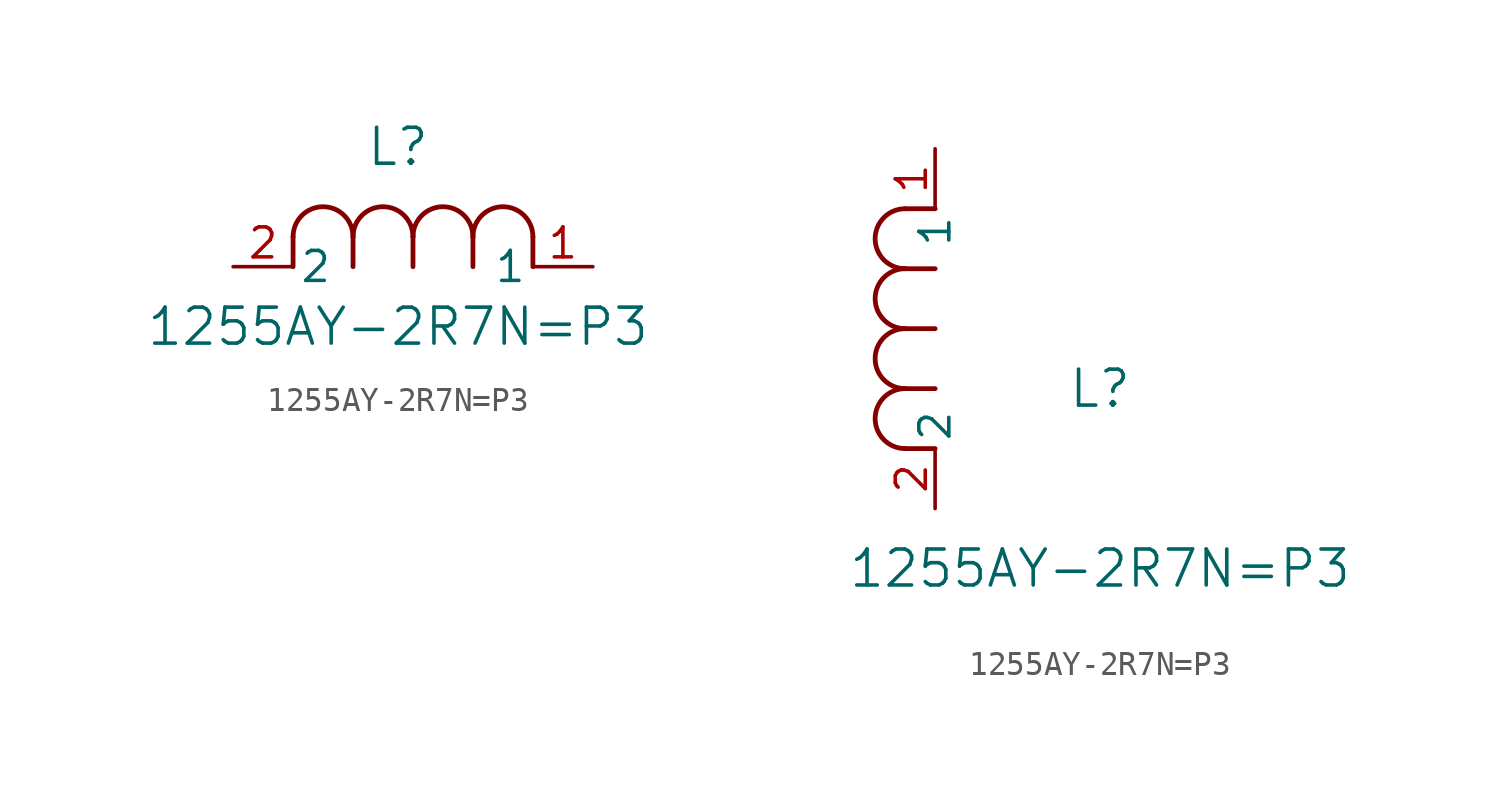
<source format=kicad_sym>
(kicad_symbol_lib
  (version 20211014)
  (generator kicad_symbol_editor)
  (symbol "1255AY-2R7N=P3"
    (pin_names
      (offset 0.254))
    (property "Reference" "L"
      (at 6.985 5.08 0)
      (effects (font (size 1.524 1.524))))
    (property "Value" "1255AY-2R7N=P3"
      (at 6.985 -2.54 0)
      (effects (font (size 1.524 1.524))))
    (symbol "1255AY-2R7N=P3_1_1"
      (arc (start 7.62 1.27) (mid 6.35 2.54) (end 5.08 1.27) (stroke (width 0.2032) (type default) (color 0 0 0 0)) (fill (type none)))
      (polyline (pts (xy 5.08 0) (xy 5.08 1.27)) (stroke (width 0.203) (type default) (color 0 0 0 0)) (fill (type none)))
      (polyline (pts (xy 7.62 0) (xy 7.62 1.27)) (stroke (width 0.203) (type default) (color 0 0 0 0)) (fill (type none)))
      (polyline (pts (xy 12.7 0) (xy 12.7 1.27)) (stroke (width 0.203) (type default) (color 0 0 0 0)) (fill (type none)))
      (arc (start 5.08 1.27) (mid 3.81 2.54) (end 2.54 1.27) (stroke (width 0.2032) (type default) (color 0 0 0 0)) (fill (type none)))
      (arc (start 10.16 1.27) (mid 8.89 2.54) (end 7.62 1.27) (stroke (width 0.2032) (type default) (color 0 0 0 0)) (fill (type none)))
      (arc (start 12.7 1.27) (mid 11.43 2.54) (end 10.16 1.27) (stroke (width 0.2032) (type default) (color 0 0 0 0)) (fill (type none)))
      (polyline (pts (xy 2.54 0) (xy 2.54 1.27)) (stroke (width 0.203) (type default) (color 0 0 0 0)) (fill (type none)))
      (polyline (pts (xy 10.16 0) (xy 10.16 1.27)) (stroke (width 0.203) (type default) (color 0 0 0 0)) (fill (type none)))
      (pin unspecified line (at 0 0 0) (length 2.54) (name "2" (effects (font (size 1.27 1.27)))) (number "2" (effects (font (size 1.27 1.27)))))
      (pin unspecified line (at 15.24 0 180) (length 2.54) (name "1" (effects (font (size 1.27 1.27)))) (number "1" (effects (font (size 1.27 1.27))))))
    (symbol "1255AY-2R7N=P3_1_2"
      (arc (start -1.27 7.62) (mid -2.54 6.35) (end -1.27 5.08) (stroke (width 0.2032) (type default) (color 0 0 0 0)) (fill (type none)))
      (arc (start -1.27 5.08) (mid -2.54 3.81) (end -1.27 2.54) (stroke (width 0.2032) (type default) (color 0 0 0 0)) (fill (type none)))
      (arc (start -1.27 12.7) (mid -2.54 11.43) (end -1.27 10.16) (stroke (width 0.2032) (type default) (color 0 0 0 0)) (fill (type none)))
      (arc (start -1.27 10.16) (mid -2.54 8.89) (end -1.27 7.62) (stroke (width 0.2032) (type default) (color 0 0 0 0)) (fill (type none)))
      (polyline (pts (xy 0 7.62) (xy -1.27 7.62)) (stroke (width 0.203) (type default) (color 0 0 0 0)) (fill (type none)))
      (polyline (pts (xy 0 5.08) (xy -1.27 5.08)) (stroke (width 0.203) (type default) (color 0 0 0 0)) (fill (type none)))
      (polyline (pts (xy 0 12.7) (xy -1.27 12.7)) (stroke (width 0.203) (type default) (color 0 0 0 0)) (fill (type none)))
      (polyline (pts (xy 0 2.54) (xy -1.27 2.54)) (stroke (width 0.203) (type default) (color 0 0 0 0)) (fill (type none)))
      (polyline (pts (xy 0 10.16) (xy -1.27 10.16)) (stroke (width 0.203) (type default) (color 0 0 0 0)) (fill (type none)))
      (pin unspecified line (at 0 0 90) (length 2.54) (name "2" (effects (font (size 1.27 1.27)))) (number "2" (effects (font (size 1.27 1.27)))))
      (pin unspecified line (at 0 15.24 270) (length 2.54) (name "1" (effects (font (size 1.27 1.27)))) (number "1" (effects (font (size 1.27 1.27))))))))
</source>
